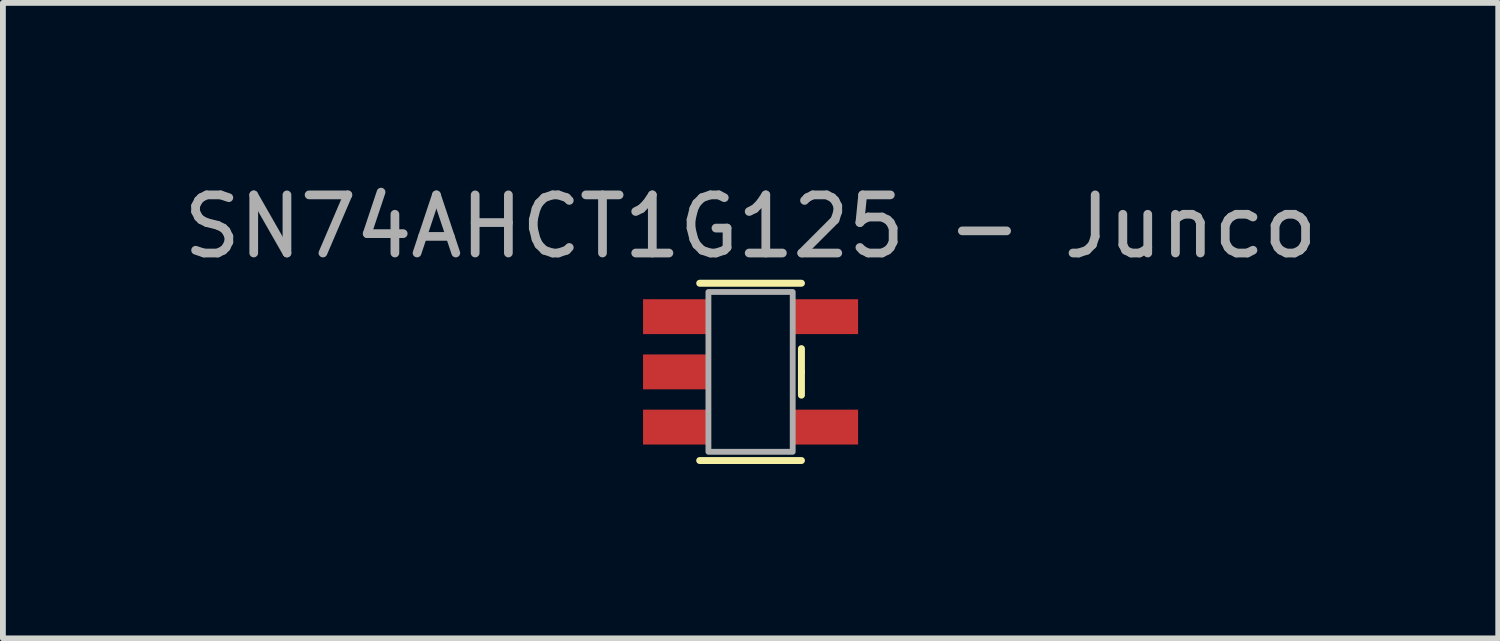
<source format=kicad_pcb>
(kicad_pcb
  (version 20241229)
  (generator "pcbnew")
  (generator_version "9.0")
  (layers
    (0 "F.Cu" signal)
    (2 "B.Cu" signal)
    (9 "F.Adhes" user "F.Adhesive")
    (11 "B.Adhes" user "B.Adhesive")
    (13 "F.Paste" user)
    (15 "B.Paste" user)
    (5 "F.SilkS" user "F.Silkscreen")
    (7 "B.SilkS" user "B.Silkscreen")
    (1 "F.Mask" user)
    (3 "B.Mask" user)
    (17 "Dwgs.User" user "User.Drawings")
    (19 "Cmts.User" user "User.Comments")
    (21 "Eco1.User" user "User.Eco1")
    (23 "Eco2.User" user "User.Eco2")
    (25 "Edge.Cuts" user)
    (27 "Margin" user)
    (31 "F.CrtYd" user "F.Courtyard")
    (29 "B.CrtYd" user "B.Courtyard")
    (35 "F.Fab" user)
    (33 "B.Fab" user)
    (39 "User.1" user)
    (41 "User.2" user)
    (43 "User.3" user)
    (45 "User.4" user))
  (footprint "SN74AHCT1G125 - Junco"
    (layer "F.Cu")
    (at 9.863 3.348)
    (property "Reference" "SN74AHCT1G125 - Junco" (at 0 -2.5 0) (unlocked yes) (layer "F.Fab") (effects (font (size 1 1) (thickness 0.15))))
    (attr smd)
    (fp_line (start -0.875 -1.525) (end 0.875 -1.525) (stroke (width 0.12) (type solid)) (layer "F.SilkS"))
    (fp_line (start 0.875 0) (end 0.875 -0.4) (stroke (width 0.12) (type solid)) (layer "F.SilkS"))
    (fp_line (start 0.875 0) (end 0.875 0.4) (stroke (width 0.12) (type solid)) (layer "F.SilkS"))
    (fp_line (start 0.875 1.525) (end -0.875 1.525) (stroke (width 0.12) (type solid)) (layer "F.SilkS"))
    (fp_rect (start -0.725 -1.375) (end 0.725 1.375) (stroke (width 0.1) (type solid)) (fill no) (layer "F.Fab"))
    (pad "1" smd rect (at -1.3 -0.95) (size 1.1 0.6) (layers "F.Cu" "F.Mask" "F.Paste"))
    (pad "2" smd rect (at -1.3 0) (size 1.1 0.6) (layers "F.Cu" "F.Mask" "F.Paste"))
    (pad "3" smd rect (at -1.3 0.95) (size 1.1 0.6) (layers "F.Cu" "F.Mask" "F.Paste"))
    (pad "4" smd rect (at 1.3 0.95) (size 1.1 0.6) (layers "F.Cu" "F.Mask" "F.Paste"))
    (pad "5" smd rect (at 1.3 -0.95) (size 1.1 0.6) (layers "F.Cu" "F.Mask" "F.Paste")))
  (gr_rect
    (start -3 -3)
    (end 22.726 7.933)
    (stroke (width 0.1) (type default))
    (fill no)
    (layer "Edge.Cuts")))
</source>
